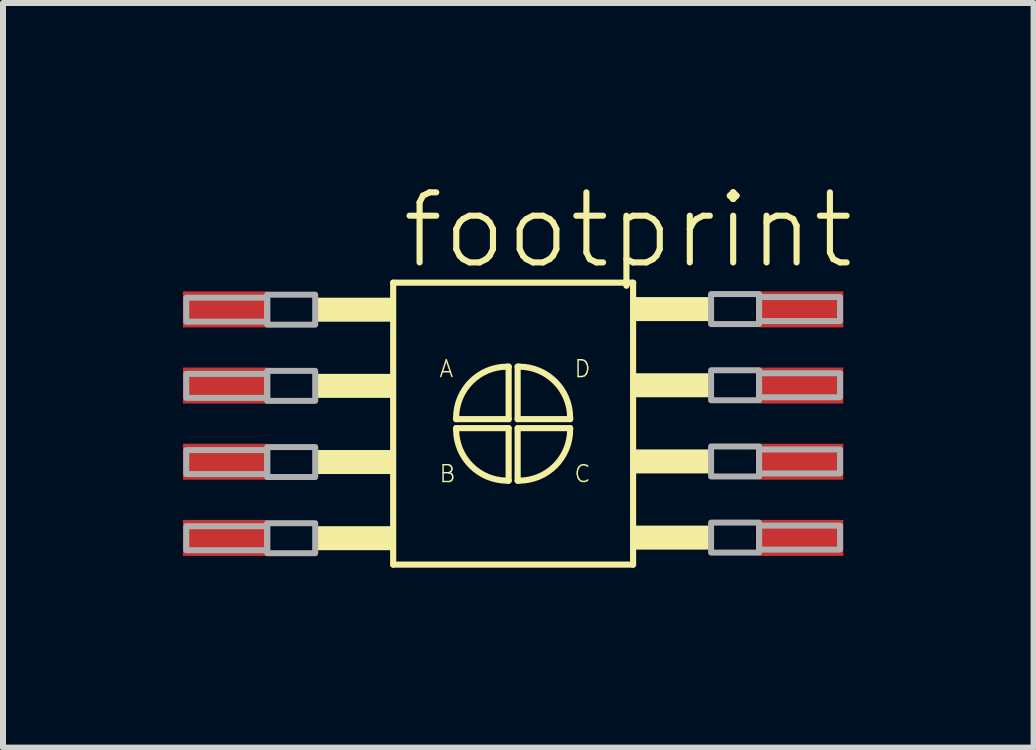
<source format=kicad_pcb>
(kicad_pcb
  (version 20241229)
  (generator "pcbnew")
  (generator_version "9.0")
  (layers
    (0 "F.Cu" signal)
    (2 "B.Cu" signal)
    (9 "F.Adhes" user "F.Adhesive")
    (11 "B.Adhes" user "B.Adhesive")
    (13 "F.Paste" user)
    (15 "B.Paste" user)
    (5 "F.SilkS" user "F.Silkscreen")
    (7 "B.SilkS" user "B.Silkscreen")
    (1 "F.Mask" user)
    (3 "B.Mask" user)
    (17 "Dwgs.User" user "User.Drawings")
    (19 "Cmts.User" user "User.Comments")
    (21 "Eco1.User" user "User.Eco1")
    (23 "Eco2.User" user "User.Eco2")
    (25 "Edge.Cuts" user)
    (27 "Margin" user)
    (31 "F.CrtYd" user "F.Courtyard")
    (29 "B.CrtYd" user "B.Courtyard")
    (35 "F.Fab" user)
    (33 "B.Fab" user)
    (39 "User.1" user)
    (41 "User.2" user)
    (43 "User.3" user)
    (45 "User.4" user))
  (footprint "footprint"
    (layer "F.Cu")
    (at 5.505 4.013)
    (property "Reference" "footprint" (at -1.905 -2.54 0) (layer "F.SilkS") (effects (font (size 1.168 1.168) (thickness 0.102)) (justify left bottom)))
    (fp_line (start -2 -2.35) (end 2 -2.35) (stroke (width 0.102) (type solid)) (layer "F.SilkS"))
    (fp_line (start -2 2.35) (end -2 -2.35) (stroke (width 0.102) (type solid)) (layer "F.SilkS"))
    (fp_line (start -0.95 -0.075) (end -0.95 -0.1) (stroke (width 0.102) (type solid)) (layer "F.SilkS"))
    (fp_line (start -0.95 0.075) (end -0.075 0.075) (stroke (width 0.102) (type solid)) (layer "F.SilkS"))
    (fp_line (start -0.95 0.1) (end -0.95 0.075) (stroke (width 0.102) (type solid)) (layer "F.SilkS"))
    (fp_line (start -0.1 -0.95) (end -0.075 -0.95) (stroke (width 0.102) (type solid)) (layer "F.SilkS"))
    (fp_line (start -0.075 -0.95) (end -0.075 -0.075) (stroke (width 0.102) (type solid)) (layer "F.SilkS"))
    (fp_line (start -0.075 -0.075) (end -0.95 -0.075) (stroke (width 0.102) (type solid)) (layer "F.SilkS"))
    (fp_line (start -0.075 0.075) (end -0.075 0.95) (stroke (width 0.102) (type solid)) (layer "F.SilkS"))
    (fp_line (start -0.075 0.95) (end -0.1 0.95) (stroke (width 0.102) (type solid)) (layer "F.SilkS"))
    (fp_line (start 0.075 -0.95) (end 0.1 -0.95) (stroke (width 0.102) (type solid)) (layer "F.SilkS"))
    (fp_line (start 0.075 -0.075) (end 0.075 -0.95) (stroke (width 0.102) (type solid)) (layer "F.SilkS"))
    (fp_line (start 0.075 0.075) (end 0.95 0.075) (stroke (width 0.102) (type solid)) (layer "F.SilkS"))
    (fp_line (start 0.075 0.95) (end 0.075 0.075) (stroke (width 0.102) (type solid)) (layer "F.SilkS"))
    (fp_line (start 0.1 0.95) (end 0.075 0.95) (stroke (width 0.102) (type solid)) (layer "F.SilkS"))
    (fp_line (start 0.95 -0.1) (end 0.95 -0.075) (stroke (width 0.102) (type solid)) (layer "F.SilkS"))
    (fp_line (start 0.95 -0.075) (end 0.075 -0.075) (stroke (width 0.102) (type solid)) (layer "F.SilkS"))
    (fp_line (start 0.95 0.075) (end 0.95 0.1) (stroke (width 0.102) (type solid)) (layer "F.SilkS"))
    (fp_line (start 2 -2.35) (end 2 2.35) (stroke (width 0.102) (type solid)) (layer "F.SilkS"))
    (fp_line (start 2 2.35) (end -2 2.35) (stroke (width 0.102) (type solid)) (layer "F.SilkS"))
    (fp_arc (start -0.95 -0.1) (mid -0.70104 -0.701041) (end -0.099998 -0.95) (stroke (width 0.1016) (type solid)) (layer "F.SilkS"))
    (fp_arc (start -0.1 0.95) (mid -0.701041 0.70104) (end -0.95 0.099998) (stroke (width 0.1016) (type solid)) (layer "F.SilkS"))
    (fp_arc (start 0.1 -0.95) (mid 0.701041 -0.70104) (end 0.95 -0.099998) (stroke (width 0.1016) (type solid)) (layer "F.SilkS"))
    (fp_arc (start 0.95 0.1) (mid 0.70104 0.701041) (end 0.099998 0.95) (stroke (width 0.1016) (type solid)) (layer "F.SilkS"))
    (fp_poly (pts (xy -3.3 -1.7) (xy -2 -1.7) (xy -2 -2.1) (xy -3.3 -2.1)) (stroke (width 0) (type solid)) (fill yes) (layer "F.SilkS"))
    (fp_poly (pts (xy -3.3 -0.43) (xy -2 -0.43) (xy -2 -0.83) (xy -3.3 -0.83)) (stroke (width 0) (type solid)) (fill yes) (layer "F.SilkS"))
    (fp_poly (pts (xy -3.3 0.84) (xy -2 0.84) (xy -2 0.44) (xy -3.3 0.44)) (stroke (width 0) (type solid)) (fill yes) (layer "F.SilkS"))
    (fp_poly (pts (xy -3.3 2.11) (xy -2 2.11) (xy -2 1.71) (xy -3.3 1.71)) (stroke (width 0) (type solid)) (fill yes) (layer "F.SilkS"))
    (fp_poly (pts (xy 3.3 -2.11) (xy 2 -2.11) (xy 2 -1.71) (xy 3.3 -1.71)) (stroke (width 0) (type solid)) (fill yes) (layer "F.SilkS"))
    (fp_poly (pts (xy 3.3 -0.84) (xy 2 -0.84) (xy 2 -0.44) (xy 3.3 -0.44)) (stroke (width 0) (type solid)) (fill yes) (layer "F.SilkS"))
    (fp_poly (pts (xy 3.3 0.43) (xy 2 0.43) (xy 2 0.83) (xy 3.3 0.83)) (stroke (width 0) (type solid)) (fill yes) (layer "F.SilkS"))
    (fp_poly (pts (xy 3.3 1.7) (xy 2 1.7) (xy 2 2.1) (xy 3.3 2.1)) (stroke (width 0) (type solid)) (fill yes) (layer "F.SilkS"))
    (fp_poly (pts (xy -5.45 -1.7) (xy -4.1 -1.7) (xy -4.1 -2.1) (xy -5.45 -2.1)) (stroke (width 0.1) (type solid)) (fill no) (layer "F.Fab"))
    (fp_poly (pts (xy -5.45 -0.43) (xy -4.1 -0.43) (xy -4.1 -0.83) (xy -5.45 -0.83)) (stroke (width 0.1) (type solid)) (fill no) (layer "F.Fab"))
    (fp_poly (pts (xy -5.45 0.84) (xy -4.1 0.84) (xy -4.1 0.44) (xy -5.45 0.44)) (stroke (width 0.1) (type solid)) (fill no) (layer "F.Fab"))
    (fp_poly (pts (xy -5.45 2.11) (xy -4.1 2.11) (xy -4.1 1.71) (xy -5.45 1.71)) (stroke (width 0.1) (type solid)) (fill no) (layer "F.Fab"))
    (fp_poly (pts (xy -4.1 -1.65) (xy -3.3 -1.65) (xy -3.3 -2.15) (xy -4.1 -2.15)) (stroke (width 0.1) (type solid)) (fill no) (layer "F.Fab"))
    (fp_poly (pts (xy -4.1 -0.38) (xy -3.3 -0.38) (xy -3.3 -0.88) (xy -4.1 -0.88)) (stroke (width 0.1) (type solid)) (fill no) (layer "F.Fab"))
    (fp_poly (pts (xy -4.1 0.89) (xy -3.3 0.89) (xy -3.3 0.39) (xy -4.1 0.39)) (stroke (width 0.1) (type solid)) (fill no) (layer "F.Fab"))
    (fp_poly (pts (xy -4.1 2.16) (xy -3.3 2.16) (xy -3.3 1.66) (xy -4.1 1.66)) (stroke (width 0.1) (type solid)) (fill no) (layer "F.Fab"))
    (fp_poly (pts (xy 4.1 -2.16) (xy 3.3 -2.16) (xy 3.3 -1.66) (xy 4.1 -1.66)) (stroke (width 0.1) (type solid)) (fill no) (layer "F.Fab"))
    (fp_poly (pts (xy 4.1 -0.89) (xy 3.3 -0.89) (xy 3.3 -0.39) (xy 4.1 -0.39)) (stroke (width 0.1) (type solid)) (fill no) (layer "F.Fab"))
    (fp_poly (pts (xy 4.1 0.38) (xy 3.3 0.38) (xy 3.3 0.88) (xy 4.1 0.88)) (stroke (width 0.1) (type solid)) (fill no) (layer "F.Fab"))
    (fp_poly (pts (xy 4.1 1.65) (xy 3.3 1.65) (xy 3.3 2.15) (xy 4.1 2.15)) (stroke (width 0.1) (type solid)) (fill no) (layer "F.Fab"))
    (fp_poly (pts (xy 5.45 -2.11) (xy 4.1 -2.11) (xy 4.1 -1.71) (xy 5.45 -1.71)) (stroke (width 0.1) (type solid)) (fill no) (layer "F.Fab"))
    (fp_poly (pts (xy 5.45 -0.84) (xy 4.1 -0.84) (xy 4.1 -0.44) (xy 5.45 -0.44)) (stroke (width 0.1) (type solid)) (fill no) (layer "F.Fab"))
    (fp_poly (pts (xy 5.45 0.43) (xy 4.1 0.43) (xy 4.1 0.83) (xy 5.45 0.83)) (stroke (width 0.1) (type solid)) (fill no) (layer "F.Fab"))
    (fp_poly (pts (xy 5.45 1.7) (xy 4.1 1.7) (xy 4.1 2.1) (xy 5.45 2.1)) (stroke (width 0.1) (type solid)) (fill no) (layer "F.Fab"))
    (fp_text user "A" (at -1.25 -0.75 0) (layer "F.SilkS") (effects (font (size 0.28 0.28) (thickness 0.024)) (justify left bottom)))
    (fp_text user "B" (at -1.25 1 0) (layer "F.SilkS") (effects (font (size 0.28 0.28) (thickness 0.024)) (justify left bottom)))
    (fp_text user "C" (at 1 1 0) (layer "F.SilkS") (effects (font (size 0.28 0.28) (thickness 0.024)) (justify left bottom)))
    (fp_text user "D" (at 1 -0.75 0) (layer "F.SilkS") (effects (font (size 0.28 0.28) (thickness 0.024)) (justify left bottom)))
    (pad "1" smd rect (at -4.805 -1.905) (size 1.4 0.6) (layers "F.Cu" "F.Mask" "F.Paste"))
    (pad "2" smd rect (at -4.805 -0.635) (size 1.4 0.6) (layers "F.Cu" "F.Mask" "F.Paste"))
    (pad "3" smd rect (at -4.805 0.635) (size 1.4 0.6) (layers "F.Cu" "F.Mask" "F.Paste"))
    (pad "4" smd rect (at -4.805 1.905) (size 1.4 0.6) (layers "F.Cu" "F.Mask" "F.Paste"))
    (pad "5" smd rect (at 4.805 1.905 180) (size 1.4 0.6) (layers "F.Cu" "F.Mask" "F.Paste"))
    (pad "6" smd rect (at 4.805 0.635 180) (size 1.4 0.6) (layers "F.Cu" "F.Mask" "F.Paste"))
    (pad "7" smd rect (at 4.805 -0.635 180) (size 1.4 0.6) (layers "F.Cu" "F.Mask" "F.Paste"))
    (pad "8" smd rect (at 4.805 -1.905 180) (size 1.4 0.6) (layers "F.Cu" "F.Mask" "F.Paste")))
  (gr_rect
    (start -3 -3)
    (end 14.182 9.414)
    (stroke (width 0.1) (type default))
    (fill no)
    (layer "Edge.Cuts")))
</source>
